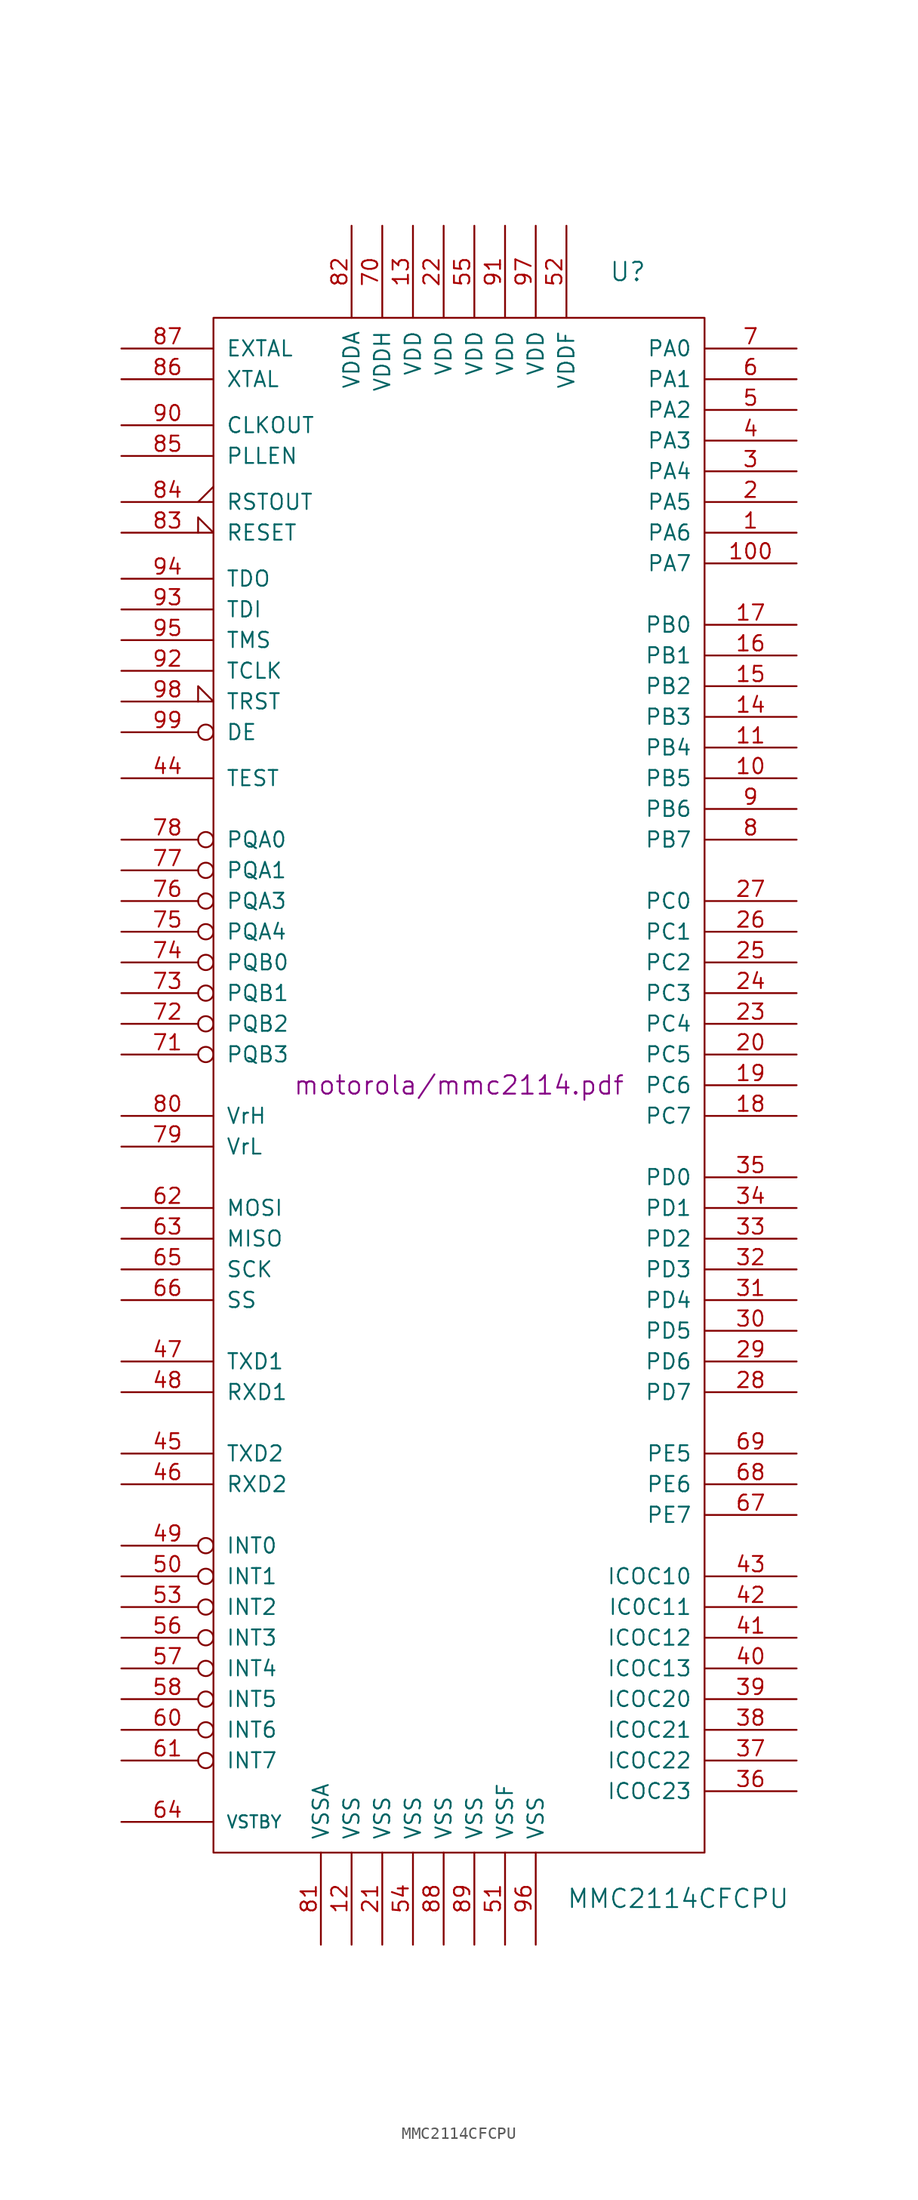
<source format=kicad_sym>
(kicad_symbol_lib
  (version 20211014)
  (generator kicad_symbol_editor)
  (symbol "MMC2114CFCPU"
    (pin_names
      (offset 1.016))
    (property "Reference" "U"
      (at 13.97 67.31 0)
      (effects (font (size 1.524 1.524))))
    (property "Value" "MMC2114CFCPU"
      (at 8.89 -67.31 0)
      (effects (font (size 1.524 1.524)) (justify left)))
    (property "Footprint" ""
      (at 0 0 0)
      (effects (font (size 1.524 1.524))))
    (property "Datasheet" "motorola/mmc2114.pdf"
      (at 0 0 0)
      (effects (font (size 1.524 1.524))))
    (symbol "MMC2114CFCPU_0_1"
      (rectangle (start -20.32 63.5) (end 20.32 -63.5) (stroke (width 0) (type default) (color 0 0 0 0)) (fill (type none))))
    (symbol "MMC2114CFCPU_1_1"
      (pin bidirectional line (at 27.94 45.72 180) (length 7.62) (name "PA6" (effects (font (size 1.27 1.27)))) (number "1" (effects (font (size 1.27 1.27)))))
      (pin bidirectional line (at 27.94 25.4 180) (length 7.62) (name "PB5" (effects (font (size 1.27 1.27)))) (number "10" (effects (font (size 1.27 1.27)))))
      (pin bidirectional line (at 27.94 43.18 180) (length 7.62) (name "PA7" (effects (font (size 1.27 1.27)))) (number "100" (effects (font (size 1.27 1.27)))))
      (pin bidirectional line (at 27.94 27.94 180) (length 7.62) (name "PB4" (effects (font (size 1.27 1.27)))) (number "11" (effects (font (size 1.27 1.27)))))
      (pin power_in line (at -8.89 -71.12 90) (length 7.62) (name "VSS" (effects (font (size 1.27 1.27)))) (number "12" (effects (font (size 1.27 1.27)))))
      (pin power_in line (at -3.81 71.12 270) (length 7.62) (name "VDD" (effects (font (size 1.27 1.27)))) (number "13" (effects (font (size 1.27 1.27)))))
      (pin bidirectional line (at 27.94 30.48 180) (length 7.62) (name "PB3" (effects (font (size 1.27 1.27)))) (number "14" (effects (font (size 1.27 1.27)))))
      (pin bidirectional line (at 27.94 33.02 180) (length 7.62) (name "PB2" (effects (font (size 1.27 1.27)))) (number "15" (effects (font (size 1.27 1.27)))))
      (pin bidirectional line (at 27.94 35.56 180) (length 7.62) (name "PB1" (effects (font (size 1.27 1.27)))) (number "16" (effects (font (size 1.27 1.27)))))
      (pin bidirectional line (at 27.94 38.1 180) (length 7.62) (name "PB0" (effects (font (size 1.27 1.27)))) (number "17" (effects (font (size 1.27 1.27)))))
      (pin bidirectional line (at 27.94 -2.54 180) (length 7.62) (name "PC7" (effects (font (size 1.27 1.27)))) (number "18" (effects (font (size 1.27 1.27)))))
      (pin bidirectional line (at 27.94 0 180) (length 7.62) (name "PC6" (effects (font (size 1.27 1.27)))) (number "19" (effects (font (size 1.27 1.27)))))
      (pin bidirectional line (at 27.94 48.26 180) (length 7.62) (name "PA5" (effects (font (size 1.27 1.27)))) (number "2" (effects (font (size 1.27 1.27)))))
      (pin bidirectional line (at 27.94 2.54 180) (length 7.62) (name "PC5" (effects (font (size 1.27 1.27)))) (number "20" (effects (font (size 1.27 1.27)))))
      (pin power_in line (at -6.35 -71.12 90) (length 7.62) (name "VSS" (effects (font (size 1.27 1.27)))) (number "21" (effects (font (size 1.27 1.27)))))
      (pin power_in line (at -1.27 71.12 270) (length 7.62) (name "VDD" (effects (font (size 1.27 1.27)))) (number "22" (effects (font (size 1.27 1.27)))))
      (pin bidirectional line (at 27.94 5.08 180) (length 7.62) (name "PC4" (effects (font (size 1.27 1.27)))) (number "23" (effects (font (size 1.27 1.27)))))
      (pin bidirectional line (at 27.94 7.62 180) (length 7.62) (name "PC3" (effects (font (size 1.27 1.27)))) (number "24" (effects (font (size 1.27 1.27)))))
      (pin bidirectional line (at 27.94 10.16 180) (length 7.62) (name "PC2" (effects (font (size 1.27 1.27)))) (number "25" (effects (font (size 1.27 1.27)))))
      (pin bidirectional line (at 27.94 12.7 180) (length 7.62) (name "PC1" (effects (font (size 1.27 1.27)))) (number "26" (effects (font (size 1.27 1.27)))))
      (pin bidirectional line (at 27.94 15.24 180) (length 7.62) (name "PC0" (effects (font (size 1.27 1.27)))) (number "27" (effects (font (size 1.27 1.27)))))
      (pin bidirectional line (at 27.94 -25.4 180) (length 7.62) (name "PD7" (effects (font (size 1.27 1.27)))) (number "28" (effects (font (size 1.27 1.27)))))
      (pin bidirectional line (at 27.94 -22.86 180) (length 7.62) (name "PD6" (effects (font (size 1.27 1.27)))) (number "29" (effects (font (size 1.27 1.27)))))
      (pin bidirectional line (at 27.94 50.8 180) (length 7.62) (name "PA4" (effects (font (size 1.27 1.27)))) (number "3" (effects (font (size 1.27 1.27)))))
      (pin bidirectional line (at 27.94 -20.32 180) (length 7.62) (name "PD5" (effects (font (size 1.27 1.27)))) (number "30" (effects (font (size 1.27 1.27)))))
      (pin bidirectional line (at 27.94 -17.78 180) (length 7.62) (name "PD4" (effects (font (size 1.27 1.27)))) (number "31" (effects (font (size 1.27 1.27)))))
      (pin bidirectional line (at 27.94 -15.24 180) (length 7.62) (name "PD3" (effects (font (size 1.27 1.27)))) (number "32" (effects (font (size 1.27 1.27)))))
      (pin bidirectional line (at 27.94 -12.7 180) (length 7.62) (name "PD2" (effects (font (size 1.27 1.27)))) (number "33" (effects (font (size 1.27 1.27)))))
      (pin bidirectional line (at 27.94 -10.16 180) (length 7.62) (name "PD1" (effects (font (size 1.27 1.27)))) (number "34" (effects (font (size 1.27 1.27)))))
      (pin bidirectional line (at 27.94 -7.62 180) (length 7.62) (name "PD0" (effects (font (size 1.27 1.27)))) (number "35" (effects (font (size 1.27 1.27)))))
      (pin bidirectional line (at 27.94 -58.42 180) (length 7.62) (name "ICOC23" (effects (font (size 1.27 1.27)))) (number "36" (effects (font (size 1.27 1.27)))))
      (pin bidirectional line (at 27.94 -55.88 180) (length 7.62) (name "ICOC22" (effects (font (size 1.27 1.27)))) (number "37" (effects (font (size 1.27 1.27)))))
      (pin bidirectional line (at 27.94 -53.34 180) (length 7.62) (name "ICOC21" (effects (font (size 1.27 1.27)))) (number "38" (effects (font (size 1.27 1.27)))))
      (pin bidirectional line (at 27.94 -50.8 180) (length 7.62) (name "ICOC20" (effects (font (size 1.27 1.27)))) (number "39" (effects (font (size 1.27 1.27)))))
      (pin bidirectional line (at 27.94 53.34 180) (length 7.62) (name "PA3" (effects (font (size 1.27 1.27)))) (number "4" (effects (font (size 1.27 1.27)))))
      (pin bidirectional line (at 27.94 -48.26 180) (length 7.62) (name "ICOC13" (effects (font (size 1.27 1.27)))) (number "40" (effects (font (size 1.27 1.27)))))
      (pin bidirectional line (at 27.94 -45.72 180) (length 7.62) (name "ICOC12" (effects (font (size 1.27 1.27)))) (number "41" (effects (font (size 1.27 1.27)))))
      (pin bidirectional line (at 27.94 -43.18 180) (length 7.62) (name "IC0C11" (effects (font (size 1.27 1.27)))) (number "42" (effects (font (size 1.27 1.27)))))
      (pin bidirectional line (at 27.94 -40.64 180) (length 7.62) (name "ICOC10" (effects (font (size 1.27 1.27)))) (number "43" (effects (font (size 1.27 1.27)))))
      (pin bidirectional line (at -27.94 25.4 0) (length 7.62) (name "TEST" (effects (font (size 1.27 1.27)))) (number "44" (effects (font (size 1.27 1.27)))))
      (pin bidirectional line (at -27.94 -30.48 0) (length 7.62) (name "TXD2" (effects (font (size 1.27 1.27)))) (number "45" (effects (font (size 1.27 1.27)))))
      (pin bidirectional line (at -27.94 -33.02 0) (length 7.62) (name "RXD2" (effects (font (size 1.27 1.27)))) (number "46" (effects (font (size 1.27 1.27)))))
      (pin bidirectional line (at -27.94 -22.86 0) (length 7.62) (name "TXD1" (effects (font (size 1.27 1.27)))) (number "47" (effects (font (size 1.27 1.27)))))
      (pin bidirectional line (at -27.94 -25.4 0) (length 7.62) (name "RXD1" (effects (font (size 1.27 1.27)))) (number "48" (effects (font (size 1.27 1.27)))))
      (pin bidirectional inverted (at -27.94 -38.1 0) (length 7.62) (name "INT0" (effects (font (size 1.27 1.27)))) (number "49" (effects (font (size 1.27 1.27)))))
      (pin bidirectional line (at 27.94 55.88 180) (length 7.62) (name "PA2" (effects (font (size 1.27 1.27)))) (number "5" (effects (font (size 1.27 1.27)))))
      (pin bidirectional inverted (at -27.94 -40.64 0) (length 7.62) (name "INT1" (effects (font (size 1.27 1.27)))) (number "50" (effects (font (size 1.27 1.27)))))
      (pin power_in line (at 3.81 -71.12 90) (length 7.62) (name "VSSF" (effects (font (size 1.27 1.27)))) (number "51" (effects (font (size 1.27 1.27)))))
      (pin power_in line (at 8.89 71.12 270) (length 7.62) (name "VDDF" (effects (font (size 1.27 1.27)))) (number "52" (effects (font (size 1.27 1.27)))))
      (pin bidirectional inverted (at -27.94 -43.18 0) (length 7.62) (name "INT2" (effects (font (size 1.27 1.27)))) (number "53" (effects (font (size 1.27 1.27)))))
      (pin power_in line (at -3.81 -71.12 90) (length 7.62) (name "VSS" (effects (font (size 1.27 1.27)))) (number "54" (effects (font (size 1.27 1.27)))))
      (pin power_in line (at 1.27 71.12 270) (length 7.62) (name "VDD" (effects (font (size 1.27 1.27)))) (number "55" (effects (font (size 1.27 1.27)))))
      (pin bidirectional inverted (at -27.94 -45.72 0) (length 7.62) (name "INT3" (effects (font (size 1.27 1.27)))) (number "56" (effects (font (size 1.27 1.27)))))
      (pin bidirectional inverted (at -27.94 -48.26 0) (length 7.62) (name "INT4" (effects (font (size 1.27 1.27)))) (number "57" (effects (font (size 1.27 1.27)))))
      (pin bidirectional inverted (at -27.94 -50.8 0) (length 7.62) (name "INT5" (effects (font (size 1.27 1.27)))) (number "58" (effects (font (size 1.27 1.27)))))
      (pin bidirectional line (at 27.94 58.42 180) (length 7.62) (name "PA1" (effects (font (size 1.27 1.27)))) (number "6" (effects (font (size 1.27 1.27)))))
      (pin bidirectional inverted (at -27.94 -53.34 0) (length 7.62) (name "INT6" (effects (font (size 1.27 1.27)))) (number "60" (effects (font (size 1.27 1.27)))))
      (pin bidirectional inverted (at -27.94 -55.88 0) (length 7.62) (name "INT7" (effects (font (size 1.27 1.27)))) (number "61" (effects (font (size 1.27 1.27)))))
      (pin bidirectional line (at -27.94 -10.16 0) (length 7.62) (name "MOSI" (effects (font (size 1.27 1.27)))) (number "62" (effects (font (size 1.27 1.27)))))
      (pin bidirectional line (at -27.94 -12.7 0) (length 7.62) (name "MISO" (effects (font (size 1.27 1.27)))) (number "63" (effects (font (size 1.27 1.27)))))
      (pin power_in line (at -27.94 -60.96 0) (length 7.62) (name "VSTBY" (effects (font (size 1.016 1.016)))) (number "64" (effects (font (size 1.27 1.27)))))
      (pin bidirectional line (at -27.94 -15.24 0) (length 7.62) (name "SCK" (effects (font (size 1.27 1.27)))) (number "65" (effects (font (size 1.27 1.27)))))
      (pin bidirectional line (at -27.94 -17.78 0) (length 7.62) (name "SS" (effects (font (size 1.27 1.27)))) (number "66" (effects (font (size 1.27 1.27)))))
      (pin bidirectional line (at 27.94 -35.56 180) (length 7.62) (name "PE7" (effects (font (size 1.27 1.27)))) (number "67" (effects (font (size 1.27 1.27)))))
      (pin bidirectional line (at 27.94 -33.02 180) (length 7.62) (name "PE6" (effects (font (size 1.27 1.27)))) (number "68" (effects (font (size 1.27 1.27)))))
      (pin bidirectional line (at 27.94 -30.48 180) (length 7.62) (name "PE5" (effects (font (size 1.27 1.27)))) (number "69" (effects (font (size 1.27 1.27)))))
      (pin bidirectional line (at 27.94 60.96 180) (length 7.62) (name "PA0" (effects (font (size 1.27 1.27)))) (number "7" (effects (font (size 1.27 1.27)))))
      (pin power_in line (at -6.35 71.12 270) (length 7.62) (name "VDDH" (effects (font (size 1.27 1.27)))) (number "70" (effects (font (size 1.27 1.27)))))
      (pin bidirectional inverted (at -27.94 2.54 0) (length 7.62) (name "PQB3" (effects (font (size 1.27 1.27)))) (number "71" (effects (font (size 1.27 1.27)))))
      (pin bidirectional inverted (at -27.94 5.08 0) (length 7.62) (name "PQB2" (effects (font (size 1.27 1.27)))) (number "72" (effects (font (size 1.27 1.27)))))
      (pin bidirectional inverted (at -27.94 7.62 0) (length 7.62) (name "PQB1" (effects (font (size 1.27 1.27)))) (number "73" (effects (font (size 1.27 1.27)))))
      (pin bidirectional inverted (at -27.94 10.16 0) (length 7.62) (name "PQB0" (effects (font (size 1.27 1.27)))) (number "74" (effects (font (size 1.27 1.27)))))
      (pin bidirectional inverted (at -27.94 12.7 0) (length 7.62) (name "PQA4" (effects (font (size 1.27 1.27)))) (number "75" (effects (font (size 1.27 1.27)))))
      (pin bidirectional inverted (at -27.94 15.24 0) (length 7.62) (name "PQA3" (effects (font (size 1.27 1.27)))) (number "76" (effects (font (size 1.27 1.27)))))
      (pin bidirectional inverted (at -27.94 17.78 0) (length 7.62) (name "PQA1" (effects (font (size 1.27 1.27)))) (number "77" (effects (font (size 1.27 1.27)))))
      (pin bidirectional inverted (at -27.94 20.32 0) (length 7.62) (name "PQA0" (effects (font (size 1.27 1.27)))) (number "78" (effects (font (size 1.27 1.27)))))
      (pin input line (at -27.94 -5.08 0) (length 7.62) (name "VrL" (effects (font (size 1.27 1.27)))) (number "79" (effects (font (size 1.27 1.27)))))
      (pin bidirectional line (at 27.94 20.32 180) (length 7.62) (name "PB7" (effects (font (size 1.27 1.27)))) (number "8" (effects (font (size 1.27 1.27)))))
      (pin input line (at -27.94 -2.54 0) (length 7.62) (name "VrH" (effects (font (size 1.27 1.27)))) (number "80" (effects (font (size 1.27 1.27)))))
      (pin power_in line (at -11.43 -71.12 90) (length 7.62) (name "VSSA" (effects (font (size 1.27 1.27)))) (number "81" (effects (font (size 1.27 1.27)))))
      (pin power_in line (at -8.89 71.12 270) (length 7.62) (name "VDDA" (effects (font (size 1.27 1.27)))) (number "82" (effects (font (size 1.27 1.27)))))
      (pin input input_low (at -27.94 45.72 0) (length 7.62) (name "RESET" (effects (font (size 1.27 1.27)))) (number "83" (effects (font (size 1.27 1.27)))))
      (pin output output_low (at -27.94 48.26 0) (length 7.62) (name "RSTOUT" (effects (font (size 1.27 1.27)))) (number "84" (effects (font (size 1.27 1.27)))))
      (pin input line (at -27.94 52.07 0) (length 7.62) (name "PLLEN" (effects (font (size 1.27 1.27)))) (number "85" (effects (font (size 1.27 1.27)))))
      (pin output line (at -27.94 58.42 0) (length 7.62) (name "XTAL" (effects (font (size 1.27 1.27)))) (number "86" (effects (font (size 1.27 1.27)))))
      (pin input line (at -27.94 60.96 0) (length 7.62) (name "EXTAL" (effects (font (size 1.27 1.27)))) (number "87" (effects (font (size 1.27 1.27)))))
      (pin power_in line (at -1.27 -71.12 90) (length 7.62) (name "VSS" (effects (font (size 1.27 1.27)))) (number "88" (effects (font (size 1.27 1.27)))))
      (pin power_in line (at 1.27 -71.12 90) (length 7.62) (name "VSS" (effects (font (size 1.27 1.27)))) (number "89" (effects (font (size 1.27 1.27)))))
      (pin bidirectional line (at 27.94 22.86 180) (length 7.62) (name "PB6" (effects (font (size 1.27 1.27)))) (number "9" (effects (font (size 1.27 1.27)))))
      (pin output line (at -27.94 54.61 0) (length 7.62) (name "CLKOUT" (effects (font (size 1.27 1.27)))) (number "90" (effects (font (size 1.27 1.27)))))
      (pin power_in line (at 3.81 71.12 270) (length 7.62) (name "VDD" (effects (font (size 1.27 1.27)))) (number "91" (effects (font (size 1.27 1.27)))))
      (pin input line (at -27.94 34.29 0) (length 7.62) (name "TCLK" (effects (font (size 1.27 1.27)))) (number "92" (effects (font (size 1.27 1.27)))))
      (pin input line (at -27.94 39.37 0) (length 7.62) (name "TDI" (effects (font (size 1.27 1.27)))) (number "93" (effects (font (size 1.27 1.27)))))
      (pin output line (at -27.94 41.91 0) (length 7.62) (name "TDO" (effects (font (size 1.27 1.27)))) (number "94" (effects (font (size 1.27 1.27)))))
      (pin input line (at -27.94 36.83 0) (length 7.62) (name "TMS" (effects (font (size 1.27 1.27)))) (number "95" (effects (font (size 1.27 1.27)))))
      (pin power_in line (at 6.35 -71.12 90) (length 7.62) (name "VSS" (effects (font (size 1.27 1.27)))) (number "96" (effects (font (size 1.27 1.27)))))
      (pin power_in line (at 6.35 71.12 270) (length 7.62) (name "VDD" (effects (font (size 1.27 1.27)))) (number "97" (effects (font (size 1.27 1.27)))))
      (pin input input_low (at -27.94 31.75 0) (length 7.62) (name "TRST" (effects (font (size 1.27 1.27)))) (number "98" (effects (font (size 1.27 1.27)))))
      (pin output inverted (at -27.94 29.21 0) (length 7.62) (name "DE" (effects (font (size 1.27 1.27)))) (number "99" (effects (font (size 1.27 1.27))))))))
</source>
